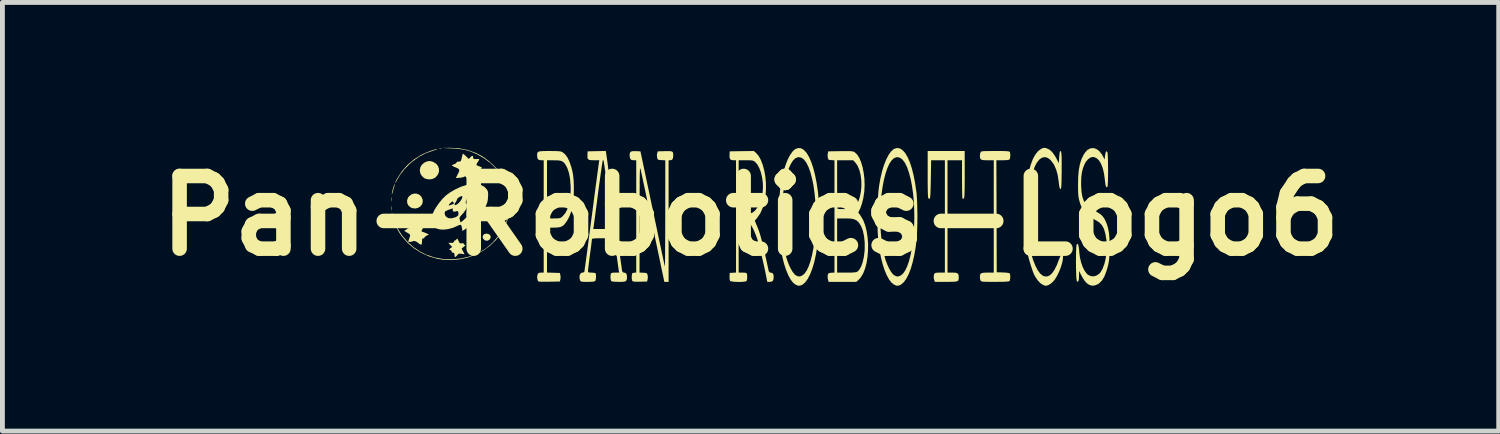
<source format=kicad_pcb>
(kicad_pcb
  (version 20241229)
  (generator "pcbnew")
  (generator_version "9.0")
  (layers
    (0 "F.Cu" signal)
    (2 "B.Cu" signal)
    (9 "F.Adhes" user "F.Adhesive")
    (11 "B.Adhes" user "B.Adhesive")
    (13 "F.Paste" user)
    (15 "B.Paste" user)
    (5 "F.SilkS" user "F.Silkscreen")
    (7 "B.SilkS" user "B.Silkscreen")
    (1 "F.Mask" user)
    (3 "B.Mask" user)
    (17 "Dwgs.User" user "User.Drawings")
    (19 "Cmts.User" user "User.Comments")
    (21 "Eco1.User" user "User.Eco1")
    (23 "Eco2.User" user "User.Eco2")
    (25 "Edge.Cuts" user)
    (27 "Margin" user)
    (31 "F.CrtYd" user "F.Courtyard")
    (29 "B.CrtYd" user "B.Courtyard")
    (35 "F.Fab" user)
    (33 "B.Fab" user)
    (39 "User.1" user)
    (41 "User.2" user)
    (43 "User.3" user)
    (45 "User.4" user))
  (footprint "Pan-Robotics-Logo6"
    (layer "F.Cu")
    (at 12.443 1.404)
    (property "Reference" "Pan-Robotics-Logo6" (at 0 0 0) (layer "F.SilkS") (effects (font (size 1.5 1.5) (thickness 0.3))))
    (attr board_only exclude_from_pos_files exclude_from_bom)
    (fp_poly (pts (xy -7.398 -0.058) (xy -7.396 -0.03) (xy -7.398 -0.024) (xy -7.403 -0.022) (xy -7.405 -0.041) (xy -7.403 -0.06)) (stroke (width 0) (type solid)) (fill yes) (layer "F.SilkS"))
    (fp_poly (pts (xy -4.97 -0.358) (xy -4.968 -0.33) (xy -4.97 -0.324) (xy -4.975 -0.322) (xy -4.977 -0.341) (xy -4.975 -0.36)) (stroke (width 0) (type solid)) (fill yes) (layer "F.SilkS"))
    (fp_poly (pts (xy -7.411 -0.379) (xy -7.409 -0.334) (xy -7.411 -0.304) (xy -7.414 -0.295) (xy -7.416 -0.311) (xy -7.417 -0.341) (xy -7.416 -0.375) (xy -7.414 -0.387)) (stroke (width 0) (type solid)) (fill yes) (layer "F.SilkS"))
    (fp_poly (pts (xy -6.38 -1.387) (xy -6.38 -1.382) (xy -6.401 -1.38) (xy -6.405 -1.38) (xy -6.426 -1.382) (xy -6.424 -1.387) (xy -6.421 -1.387) (xy -6.392 -1.389)) (stroke (width 0) (type solid)) (fill yes) (layer "F.SilkS"))
    (fp_poly (pts (xy -4.969 -0.215) (xy -4.967 -0.174) (xy -4.969 -0.146) (xy -4.973 -0.141) (xy -4.975 -0.159) (xy -4.975 -0.184) (xy -4.974 -0.215) (xy -4.972 -0.224)) (stroke (width 0) (type solid)) (fill yes) (layer "F.SilkS"))
    (fp_poly (pts (xy -7.411 -0.194) (xy -7.411 -0.194) (xy -7.409 -0.15) (xy -7.411 -0.112) (xy -7.414 -0.105) (xy -7.416 -0.121) (xy -7.417 -0.157) (xy -7.416 -0.192) (xy -7.414 -0.205)) (stroke (width 0) (type solid)) (fill yes) (layer "F.SilkS"))
    (fp_poly (pts (xy -5.405 0.378) (xy -5.374 0.403) (xy -5.363 0.437) (xy -5.375 0.474) (xy -5.388 0.491) (xy -5.427 0.515) (xy -5.47 0.512) (xy -5.487 0.504) (xy -5.52 0.473) (xy -5.531 0.437) (xy -5.521 0.402) (xy -5.493 0.377) (xy -5.451 0.368)) (stroke (width 0) (type solid)) (fill yes) (layer "F.SilkS"))
    (fp_poly (pts (xy -7.342 -0.644) (xy -7.346 -0.631) (xy -7.354 -0.606) (xy -7.366 -0.564) (xy -7.38 -0.513) (xy -7.38 -0.512) (xy -7.392 -0.47) (xy -7.402 -0.446) (xy -7.406 -0.443) (xy -7.406 -0.445) (xy -7.403 -0.471) (xy -7.394 -0.511) (xy -7.382 -0.556) (xy -7.368 -0.601) (xy -7.355 -0.636) (xy -7.346 -0.654) (xy -7.344 -0.655)) (stroke (width 0) (type solid)) (fill yes) (layer "F.SilkS"))
    (fp_poly (pts (xy -5.033 -0.629) (xy -5.021 -0.595) (xy -5.014 -0.571) (xy -4.999 -0.517) (xy -4.988 -0.464) (xy -4.981 -0.42) (xy -4.98 -0.391) (xy -4.984 -0.382) (xy -4.991 -0.394) (xy -4.993 -0.413) (xy -4.996 -0.441) (xy -5.006 -0.486) (xy -5.019 -0.538) (xy -5.019 -0.539) (xy -5.033 -0.591) (xy -5.039 -0.625) (xy -5.039 -0.638)) (stroke (width 0) (type solid)) (fill yes) (layer "F.SilkS"))
    (fp_poly (pts (xy -6.884 -0.455) (xy -6.833 -0.432) (xy -6.794 -0.392) (xy -6.77 -0.336) (xy -6.766 -0.297) (xy -6.778 -0.242) (xy -6.811 -0.197) (xy -6.858 -0.166) (xy -6.915 -0.151) (xy -6.975 -0.156) (xy -7.015 -0.171) (xy -7.061 -0.21) (xy -7.087 -0.261) (xy -7.09 -0.318) (xy -7.071 -0.374) (xy -7.049 -0.403) (xy -6.997 -0.443) (xy -6.94 -0.459)) (stroke (width 0) (type solid)) (fill yes) (layer "F.SilkS"))
    (fp_poly (pts (xy -6.57 -1.119) (xy -6.548 -1.11) (xy -6.489 -1.074) (xy -6.45 -1.024) (xy -6.431 -0.966) (xy -6.433 -0.904) (xy -6.457 -0.845) (xy -6.502 -0.794) (xy -6.519 -0.781) (xy -6.579 -0.756) (xy -6.647 -0.751) (xy -6.712 -0.766) (xy -6.735 -0.777) (xy -6.787 -0.823) (xy -6.818 -0.879) (xy -6.828 -0.941) (xy -6.816 -1.001) (xy -6.784 -1.056) (xy -6.731 -1.099) (xy -6.72 -1.104) (xy -6.666 -1.126) (xy -6.62 -1.13)) (stroke (width 0) (type solid)) (fill yes) (layer "F.SilkS"))
    (fp_poly (pts (xy -6.47 -1.373) (xy -6.491 -1.364) (xy -6.53 -1.352) (xy -6.54 -1.349) (xy -6.703 -1.291) (xy -6.85 -1.214) (xy -6.987 -1.114) (xy -7.057 -1.051) (xy -7.147 -0.958) (xy -7.22 -0.866) (xy -7.283 -0.764) (xy -7.293 -0.745) (xy -7.315 -0.706) (xy -7.332 -0.68) (xy -7.339 -0.674) (xy -7.339 -0.674) (xy -7.333 -0.691) (xy -7.317 -0.726) (xy -7.294 -0.77) (xy -7.29 -0.776) (xy -7.195 -0.922) (xy -7.079 -1.053) (xy -6.944 -1.166) (xy -6.807 -1.253) (xy -6.748 -1.282) (xy -6.681 -1.311) (xy -6.613 -1.338) (xy -6.551 -1.359) (xy -6.501 -1.373) (xy -6.47 -1.377)) (stroke (width 0) (type solid)) (fill yes) (layer "F.SilkS"))
    (fp_poly (pts (xy -6.026 -1.394) (xy -5.852 -1.361) (xy -5.686 -1.304) (xy -5.556 -1.239) (xy -5.483 -1.191) (xy -5.403 -1.129) (xy -5.323 -1.057) (xy -5.249 -0.983) (xy -5.19 -0.914) (xy -5.171 -0.887) (xy -5.139 -0.839) (xy -5.109 -0.787) (xy -5.082 -0.738) (xy -5.062 -0.696) (xy -5.051 -0.669) (xy -5.051 -0.66) (xy -5.059 -0.668) (xy -5.074 -0.694) (xy -5.083 -0.712) (xy -5.157 -0.847) (xy -5.255 -0.974) (xy -5.373 -1.09) (xy -5.505 -1.189) (xy -5.62 -1.255) (xy -5.719 -1.302) (xy -5.81 -1.336) (xy -5.902 -1.361) (xy -6.002 -1.377) (xy -6.118 -1.388) (xy -6.173 -1.391) (xy -6.364 -1.4) (xy -6.211 -1.403)) (stroke (width 0) (type solid)) (fill yes) (layer "F.SilkS"))
    (fp_poly (pts (xy -6.051 0.474) (xy -6.039 0.495) (xy -6.028 0.519) (xy -6.01 0.554) (xy -5.995 0.569) (xy -5.973 0.57) (xy -5.961 0.568) (xy -5.931 0.566) (xy -5.921 0.576) (xy -5.92 0.58) (xy -5.909 0.597) (xy -5.896 0.601) (xy -5.887 0.605) (xy -5.897 0.62) (xy -5.918 0.639) (xy -5.964 0.677) (xy -5.934 0.736) (xy -5.904 0.795) (xy -5.965 0.785) (xy -6.005 0.781) (xy -6.029 0.787) (xy -6.05 0.807) (xy -6.059 0.818) (xy -6.082 0.843) (xy -6.099 0.852) (xy -6.102 0.851) (xy -6.109 0.831) (xy -6.111 0.803) (xy -6.116 0.774) (xy -6.134 0.764) (xy -6.139 0.764) (xy -6.161 0.756) (xy -6.166 0.744) (xy -6.177 0.723) (xy -6.195 0.708) (xy -6.225 0.692) (xy -6.192 0.668) (xy -6.159 0.643) (xy -6.199 0.601) (xy -6.239 0.559) (xy -6.184 0.559) (xy -6.146 0.557) (xy -6.127 0.546) (xy -6.12 0.529) (xy -6.111 0.51) (xy -6.103 0.509) (xy -6.089 0.506) (xy -6.073 0.49) (xy -6.061 0.474)) (stroke (width 0) (type solid)) (fill yes) (layer "F.SilkS"))
    (fp_poly (pts (xy -4.98 -0.084) (xy -4.985 -0.038) (xy -4.999 0.025) (xy -5.022 0.097) (xy -5.049 0.172) (xy -5.069 0.216) (xy -5.153 0.367) (xy -5.257 0.502) (xy -5.38 0.62) (xy -5.519 0.72) (xy -5.67 0.801) (xy -5.832 0.861) (xy -6.001 0.899) (xy -6.176 0.915) (xy -6.354 0.906) (xy -6.466 0.888) (xy -6.639 0.838) (xy -6.801 0.764) (xy -6.951 0.669) (xy -7.085 0.555) (xy -7.2 0.422) (xy -7.241 0.364) (xy -7.275 0.307) (xy -7.309 0.241) (xy -7.341 0.174) (xy -7.368 0.11) (xy -7.386 0.057) (xy -7.393 0.02) (xy -7.393 0.017) (xy -7.389 0.018) (xy -7.379 0.041) (xy -7.363 0.08) (xy -7.354 0.106) (xy -7.286 0.26) (xy -7.195 0.404) (xy -7.083 0.535) (xy -6.954 0.65) (xy -6.81 0.745) (xy -6.685 0.806) (xy -6.52 0.861) (xy -6.347 0.892) (xy -6.169 0.899) (xy -5.992 0.883) (xy -5.819 0.844) (xy -5.657 0.783) (xy -5.63 0.77) (xy -5.536 0.719) (xy -5.457 0.667) (xy -5.382 0.606) (xy -5.312 0.54) (xy -5.196 0.406) (xy -5.104 0.261) (xy -5.036 0.103) (xy -5.002 -0.02) (xy -4.992 -0.062) (xy -4.984 -0.085) (xy -4.98 -0.087)) (stroke (width 0) (type solid)) (fill yes) (layer "F.SilkS"))
    (fp_poly (pts (xy 5.151 -1.337) (xy 5.225 -1.336) (xy 5.278 -1.334) (xy 5.314 -1.331) (xy 5.336 -1.327) (xy 5.348 -1.322) (xy 5.353 -1.315) (xy 5.36 -1.281) (xy 5.361 -1.237) (xy 5.357 -1.195) (xy 5.348 -1.166) (xy 5.345 -1.162) (xy 5.321 -1.153) (xy 5.274 -1.148) (xy 5.205 -1.146) (xy 5.201 -1.146) (xy 5.074 -1.146) (xy 5.078 0.01) (xy 5.081 1.166) (xy 5.21 1.17) (xy 5.279 1.174) (xy 5.327 1.181) (xy 5.349 1.19) (xy 5.35 1.191) (xy 5.358 1.218) (xy 5.361 1.259) (xy 5.358 1.302) (xy 5.351 1.336) (xy 5.345 1.348) (xy 5.329 1.354) (xy 5.293 1.358) (xy 5.237 1.362) (xy 5.157 1.363) (xy 5.052 1.364) (xy 5.045 1.364) (xy 4.95 1.364) (xy 4.879 1.363) (xy 4.827 1.362) (xy 4.792 1.359) (xy 4.77 1.355) (xy 4.757 1.349) (xy 4.75 1.341) (xy 4.748 1.338) (xy 4.737 1.305) (xy 4.734 1.269) (xy 4.736 1.228) (xy 4.746 1.2) (xy 4.767 1.184) (xy 4.806 1.176) (xy 4.865 1.173) (xy 4.891 1.173) (xy 5.02 1.173) (xy 5.02 0.014) (xy 5.02 -1.146) (xy 4.891 -1.146) (xy 4.823 -1.147) (xy 4.778 -1.153) (xy 4.751 -1.166) (xy 4.738 -1.19) (xy 4.734 -1.226) (xy 4.734 -1.241) (xy 4.738 -1.281) (xy 4.748 -1.31) (xy 4.754 -1.319) (xy 4.764 -1.326) (xy 4.782 -1.33) (xy 4.811 -1.334) (xy 4.855 -1.336) (xy 4.917 -1.336) (xy 5.001 -1.337) (xy 5.053 -1.337)) (stroke (width 0) (type solid)) (fill yes) (layer "F.SilkS"))
    (fp_poly (pts (xy -6.959 0.103) (xy -6.933 0.133) (xy -6.93 0.137) (xy -6.899 0.17) (xy -6.88 0.185) (xy -6.865 0.185) (xy -6.856 0.179) (xy -6.839 0.168) (xy -6.834 0.177) (xy -6.825 0.187) (xy -6.794 0.186) (xy -6.78 0.184) (xy -6.746 0.18) (xy -6.727 0.18) (xy -6.725 0.182) (xy -6.731 0.196) (xy -6.747 0.226) (xy -6.759 0.248) (xy -6.782 0.291) (xy -6.792 0.315) (xy -6.788 0.326) (xy -6.781 0.327) (xy -6.763 0.333) (xy -6.729 0.346) (xy -6.704 0.356) (xy -6.638 0.386) (xy -6.69 0.412) (xy -6.722 0.434) (xy -6.735 0.453) (xy -6.734 0.456) (xy -6.737 0.469) (xy -6.753 0.467) (xy -6.771 0.467) (xy -6.778 0.481) (xy -6.781 0.513) (xy -6.784 0.565) (xy -6.792 0.592) (xy -6.809 0.596) (xy -6.838 0.579) (xy -6.855 0.565) (xy -6.901 0.533) (xy -6.942 0.519) (xy -6.971 0.524) (xy -6.975 0.527) (xy -6.993 0.534) (xy -7.022 0.539) (xy -7.05 0.539) (xy -7.066 0.535) (xy -7.066 0.534) (xy -7.062 0.517) (xy -7.051 0.484) (xy -7.043 0.459) (xy -7.03 0.423) (xy -7.027 0.4) (xy -7.037 0.382) (xy -7.063 0.363) (xy -7.108 0.337) (xy -7.109 0.336) (xy -7.138 0.319) (xy -7.145 0.309) (xy -7.133 0.3) (xy -7.124 0.296) (xy -7.101 0.282) (xy -7.093 0.272) (xy -7.082 0.263) (xy -7.054 0.255) (xy -7.028 0.246) (xy -7.014 0.227) (xy -7.005 0.19) (xy -7.005 0.188) (xy -6.996 0.132) (xy -6.987 0.101) (xy -6.976 0.092)) (stroke (width 0) (type solid)) (fill yes) (layer "F.SilkS"))
    (fp_poly (pts (xy 4.42 -0.854) (xy 4.42 -0.723) (xy 4.419 -0.616) (xy 4.418 -0.531) (xy 4.416 -0.467) (xy 4.414 -0.419) (xy 4.411 -0.387) (xy 4.407 -0.367) (xy 4.402 -0.357) (xy 4.401 -0.356) (xy 4.383 -0.348) (xy 4.374 -0.362) (xy 4.371 -0.381) (xy 4.369 -0.424) (xy 4.368 -0.486) (xy 4.366 -0.564) (xy 4.366 -0.655) (xy 4.365 -0.755) (xy 4.365 -0.765) (xy 4.365 -1.146) (xy 4.215 -1.146) (xy 4.065 -1.146) (xy 4.065 0.014) (xy 4.065 1.173) (xy 4.167 1.173) (xy 4.228 1.175) (xy 4.266 1.185) (xy 4.287 1.205) (xy 4.296 1.239) (xy 4.297 1.269) (xy 4.296 1.302) (xy 4.292 1.326) (xy 4.279 1.343) (xy 4.256 1.354) (xy 4.218 1.36) (xy 4.162 1.363) (xy 4.084 1.364) (xy 4.037 1.364) (xy 3.805 1.364) (xy 3.792 1.329) (xy 3.779 1.27) (xy 3.786 1.215) (xy 3.793 1.2) (xy 3.804 1.186) (xy 3.824 1.178) (xy 3.859 1.174) (xy 3.909 1.173) (xy 4.011 1.173) (xy 4.011 0.014) (xy 4.011 -1.146) (xy 3.869 -1.146) (xy 3.727 -1.146) (xy 3.721 -0.767) (xy 3.719 -0.667) (xy 3.717 -0.576) (xy 3.714 -0.496) (xy 3.711 -0.431) (xy 3.708 -0.387) (xy 3.705 -0.365) (xy 3.705 -0.365) (xy 3.691 -0.349) (xy 3.675 -0.356) (xy 3.67 -0.365) (xy 3.665 -0.383) (xy 3.662 -0.413) (xy 3.66 -0.458) (xy 3.658 -0.519) (xy 3.657 -0.601) (xy 3.656 -0.704) (xy 3.656 -0.831) (xy 3.656 -0.854) (xy 3.656 -1.337) (xy 4.038 -1.337) (xy 4.42 -1.337)) (stroke (width 0) (type solid)) (fill yes) (layer "F.SilkS"))
    (fp_poly (pts (xy -5.923 -1.273) (xy -5.897 -1.251) (xy -5.872 -1.227) (xy -5.816 -1.173) (xy -5.784 -1.207) (xy -5.755 -1.234) (xy -5.738 -1.238) (xy -5.729 -1.22) (xy -5.727 -1.204) (xy -5.722 -1.182) (xy -5.711 -1.172) (xy -5.684 -1.17) (xy -5.656 -1.171) (xy -5.619 -1.173) (xy -5.602 -1.169) (xy -5.603 -1.154) (xy -5.622 -1.123) (xy -5.636 -1.103) (xy -5.656 -1.069) (xy -5.656 -1.048) (xy -5.634 -1.033) (xy -5.606 -1.023) (xy -5.57 -1.009) (xy -5.547 -0.997) (xy -5.544 -0.994) (xy -5.551 -0.982) (xy -5.576 -0.964) (xy -5.593 -0.955) (xy -5.648 -0.927) (xy -5.627 -0.886) (xy -5.605 -0.845) (xy -5.644 -0.853) (xy -5.677 -0.861) (xy -5.698 -0.866) (xy -5.711 -0.865) (xy -5.721 -0.85) (xy -5.73 -0.815) (xy -5.737 -0.772) (xy -5.745 -0.735) (xy -5.756 -0.713) (xy -5.762 -0.709) (xy -5.779 -0.718) (xy -5.808 -0.742) (xy -5.834 -0.766) (xy -5.868 -0.798) (xy -5.889 -0.812) (xy -5.905 -0.811) (xy -5.912 -0.806) (xy -5.938 -0.795) (xy -5.979 -0.787) (xy -6.009 -0.784) (xy -6.084 -0.779) (xy -6.041 -0.863) (xy -6.019 -0.909) (xy -6.011 -0.939) (xy -6.02 -0.961) (xy -6.047 -0.98) (xy -6.097 -1.002) (xy -6.106 -1.005) (xy -6.141 -1.022) (xy -6.163 -1.035) (xy -6.166 -1.039) (xy -6.154 -1.049) (xy -6.126 -1.061) (xy -6.118 -1.064) (xy -6.087 -1.079) (xy -6.071 -1.096) (xy -6.07 -1.099) (xy -6.058 -1.114) (xy -6.024 -1.119) (xy -5.999 -1.12) (xy -5.984 -1.128) (xy -5.973 -1.149) (xy -5.964 -1.189) (xy -5.961 -1.2) (xy -5.951 -1.243) (xy -5.942 -1.273) (xy -5.936 -1.282)) (stroke (width 0) (type solid)) (fill yes) (layer "F.SilkS"))
    (fp_poly (pts (xy -4.064 -1.336) (xy -4 -1.335) (xy -3.955 -1.332) (xy -3.923 -1.328) (xy -3.9 -1.321) (xy -3.88 -1.311) (xy -3.879 -1.311) (xy -3.825 -1.265) (xy -3.777 -1.199) (xy -3.735 -1.109) (xy -3.697 -0.995) (xy -3.675 -0.907) (xy -3.661 -0.826) (xy -3.652 -0.725) (xy -3.648 -0.612) (xy -3.648 -0.495) (xy -3.653 -0.381) (xy -3.662 -0.277) (xy -3.676 -0.19) (xy -3.68 -0.172) (xy -3.708 -0.074) (xy -3.736 0.004) (xy -3.77 0.073) (xy -3.806 0.13) (xy -3.844 0.179) (xy -3.881 0.212) (xy -3.925 0.232) (xy -3.981 0.242) (xy -4.058 0.245) (xy -4.069 0.245) (xy -4.202 0.246) (xy -4.202 0.709) (xy -4.202 1.172) (xy -4.069 1.176) (xy -3.937 1.18) (xy -3.926 1.224) (xy -3.921 1.271) (xy -3.926 1.313) (xy -3.937 1.357) (xy -4.157 1.361) (xy -4.24 1.362) (xy -4.299 1.362) (xy -4.339 1.361) (xy -4.365 1.358) (xy -4.38 1.352) (xy -4.389 1.344) (xy -4.392 1.338) (xy -4.404 1.294) (xy -4.404 1.243) (xy -4.392 1.2) (xy -4.372 1.18) (xy -4.335 1.173) (xy -4.324 1.173) (xy -4.27 1.173) (xy -4.27 0.014) (xy -4.27 -1.146) (xy -4.202 -1.146) (xy -4.202 -0.546) (xy -4.202 0.055) (xy -4.066 0.055) (xy -4.003 0.054) (xy -3.961 0.052) (xy -3.933 0.046) (xy -3.911 0.036) (xy -3.889 0.019) (xy -3.881 0.012) (xy -3.824 -0.055) (xy -3.778 -0.145) (xy -3.743 -0.256) (xy -3.721 -0.385) (xy -3.713 -0.529) (xy -3.714 -0.613) (xy -3.725 -0.759) (xy -3.749 -0.884) (xy -3.783 -0.987) (xy -3.826 -1.064) (xy -3.854 -1.098) (xy -3.883 -1.121) (xy -3.919 -1.135) (xy -3.968 -1.143) (xy -4.036 -1.145) (xy -4.062 -1.145) (xy -4.202 -1.146) (xy -4.27 -1.146) (xy -4.324 -1.146) (xy -4.368 -1.153) (xy -4.395 -1.177) (xy -4.405 -1.221) (xy -4.406 -1.241) (xy -4.405 -1.275) (xy -4.401 -1.299) (xy -4.388 -1.316) (xy -4.365 -1.327) (xy -4.326 -1.333) (xy -4.269 -1.336) (xy -4.19 -1.337) (xy -4.15 -1.337)) (stroke (width 0) (type solid)) (fill yes) (layer "F.SilkS"))
    (fp_poly (pts (xy 1.049 -1.391) (xy 1.104 -1.356) (xy 1.157 -1.298) (xy 1.206 -1.216) (xy 1.252 -1.112) (xy 1.294 -0.986) (xy 1.331 -0.841) (xy 1.364 -0.675) (xy 1.391 -0.492) (xy 1.393 -0.471) (xy 1.399 -0.408) (xy 1.404 -0.324) (xy 1.407 -0.224) (xy 1.41 -0.115) (xy 1.411 -0.001) (xy 1.411 0.02) (xy 1.41 0.178) (xy 1.406 0.315) (xy 1.399 0.437) (xy 1.388 0.552) (xy 1.372 0.665) (xy 1.352 0.782) (xy 1.348 0.804) (xy 1.315 0.955) (xy 1.275 1.09) (xy 1.23 1.206) (xy 1.181 1.301) (xy 1.129 1.373) (xy 1.074 1.42) (xy 1.063 1.426) (xy 1.018 1.443) (xy 0.977 1.442) (xy 0.929 1.421) (xy 0.928 1.421) (xy 0.876 1.38) (xy 0.826 1.314) (xy 0.778 1.226) (xy 0.733 1.118) (xy 0.692 0.993) (xy 0.657 0.854) (xy 0.628 0.702) (xy 0.621 0.658) (xy 0.604 0.514) (xy 0.592 0.35) (xy 0.586 0.174) (xy 0.584 0.022) (xy 0.644 0.022) (xy 0.647 0.188) (xy 0.656 0.354) (xy 0.673 0.515) (xy 0.696 0.672) (xy 0.728 0.82) (xy 0.73 0.829) (xy 0.757 0.921) (xy 0.79 1.009) (xy 0.828 1.089) (xy 0.867 1.156) (xy 0.905 1.205) (xy 0.926 1.224) (xy 0.974 1.249) (xy 1.015 1.253) (xy 1.062 1.236) (xy 1.063 1.235) (xy 1.113 1.195) (xy 1.158 1.131) (xy 1.199 1.045) (xy 1.236 0.94) (xy 1.268 0.817) (xy 1.295 0.681) (xy 1.317 0.532) (xy 1.333 0.375) (xy 1.344 0.21) (xy 1.348 0.042) (xy 1.346 -0.128) (xy 1.337 -0.297) (xy 1.321 -0.463) (xy 1.299 -0.623) (xy 1.275 -0.743) (xy 1.239 -0.885) (xy 1.198 -1.002) (xy 1.153 -1.093) (xy 1.105 -1.158) (xy 1.052 -1.198) (xy 0.997 -1.21) (xy 0.975 -1.208) (xy 0.922 -1.185) (xy 0.874 -1.137) (xy 0.829 -1.066) (xy 0.788 -0.976) (xy 0.752 -0.868) (xy 0.721 -0.744) (xy 0.694 -0.608) (xy 0.673 -0.46) (xy 0.657 -0.305) (xy 0.647 -0.143) (xy 0.644 0.022) (xy 0.584 0.022) (xy 0.584 -0.008) (xy 0.587 -0.189) (xy 0.595 -0.361) (xy 0.608 -0.519) (xy 0.621 -0.621) (xy 0.649 -0.776) (xy 0.683 -0.92) (xy 0.723 -1.049) (xy 0.767 -1.162) (xy 0.816 -1.255) (xy 0.867 -1.327) (xy 0.919 -1.374) (xy 0.933 -1.382) (xy 0.991 -1.399)) (stroke (width 0) (type solid)) (fill yes) (layer "F.SilkS"))
    (fp_poly (pts (xy 3.081 -1.391) (xy 3.136 -1.356) (xy 3.189 -1.298) (xy 3.239 -1.216) (xy 3.285 -1.112) (xy 3.327 -0.986) (xy 3.364 -0.841) (xy 3.396 -0.675) (xy 3.423 -0.492) (xy 3.426 -0.471) (xy 3.431 -0.408) (xy 3.436 -0.324) (xy 3.44 -0.224) (xy 3.442 -0.115) (xy 3.444 -0.001) (xy 3.444 0.02) (xy 3.442 0.178) (xy 3.438 0.315) (xy 3.431 0.437) (xy 3.42 0.552) (xy 3.405 0.665) (xy 3.385 0.782) (xy 3.381 0.804) (xy 3.347 0.955) (xy 3.308 1.09) (xy 3.263 1.206) (xy 3.214 1.301) (xy 3.161 1.373) (xy 3.106 1.42) (xy 3.096 1.426) (xy 3.051 1.443) (xy 3.01 1.442) (xy 2.962 1.421) (xy 2.96 1.421) (xy 2.909 1.38) (xy 2.858 1.314) (xy 2.81 1.226) (xy 2.765 1.118) (xy 2.725 0.993) (xy 2.69 0.854) (xy 2.661 0.702) (xy 2.654 0.658) (xy 2.637 0.514) (xy 2.625 0.35) (xy 2.618 0.174) (xy 2.617 0.022) (xy 2.676 0.022) (xy 2.679 0.188) (xy 2.689 0.354) (xy 2.705 0.515) (xy 2.729 0.672) (xy 2.76 0.82) (xy 2.763 0.829) (xy 2.789 0.921) (xy 2.823 1.009) (xy 2.86 1.089) (xy 2.899 1.156) (xy 2.937 1.205) (xy 2.959 1.224) (xy 3.006 1.249) (xy 3.048 1.253) (xy 3.094 1.236) (xy 3.096 1.235) (xy 3.145 1.195) (xy 3.191 1.131) (xy 3.232 1.045) (xy 3.269 0.94) (xy 3.301 0.817) (xy 3.328 0.681) (xy 3.35 0.532) (xy 3.366 0.375) (xy 3.376 0.21) (xy 3.381 0.042) (xy 3.378 -0.128) (xy 3.37 -0.297) (xy 3.354 -0.463) (xy 3.331 -0.623) (xy 3.308 -0.743) (xy 3.271 -0.885) (xy 3.231 -1.002) (xy 3.186 -1.093) (xy 3.137 -1.158) (xy 3.085 -1.198) (xy 3.029 -1.21) (xy 3.007 -1.208) (xy 2.955 -1.185) (xy 2.906 -1.137) (xy 2.861 -1.066) (xy 2.821 -0.976) (xy 2.785 -0.868) (xy 2.753 -0.744) (xy 2.727 -0.608) (xy 2.705 -0.46) (xy 2.69 -0.305) (xy 2.68 -0.143) (xy 2.676 0.022) (xy 2.617 0.022) (xy 2.616 -0.008) (xy 2.619 -0.189) (xy 2.628 -0.361) (xy 2.641 -0.519) (xy 2.654 -0.621) (xy 2.681 -0.776) (xy 2.715 -0.92) (xy 2.755 -1.049) (xy 2.8 -1.162) (xy 2.848 -1.255) (xy 2.899 -1.327) (xy 2.952 -1.374) (xy 2.965 -1.382) (xy 3.024 -1.399)) (stroke (width 0) (type solid)) (fill yes) (layer "F.SilkS"))
    (fp_poly (pts (xy -1.649 -1.333) (xy -1.619 -1.325) (xy -1.604 -1.309) (xy -1.597 -1.282) (xy -1.596 -1.242) (xy -1.596 -1.241) (xy -1.602 -1.188) (xy -1.619 -1.158) (xy -1.651 -1.146) (xy -1.66 -1.146) (xy -1.692 -1.146) (xy -1.692 0.109) (xy -1.692 1.364) (xy -1.736 1.364) (xy -1.78 1.364) (xy -2.011 0.263) (xy -2.047 0.091) (xy -2.082 -0.076) (xy -2.116 -0.234) (xy -2.147 -0.382) (xy -2.175 -0.517) (xy -2.201 -0.638) (xy -2.223 -0.742) (xy -2.241 -0.827) (xy -2.255 -0.891) (xy -2.264 -0.931) (xy -2.266 -0.941) (xy -2.27 -0.959) (xy -2.274 -0.972) (xy -2.277 -0.978) (xy -2.28 -0.977) (xy -2.282 -0.966) (xy -2.284 -0.944) (xy -2.285 -0.909) (xy -2.287 -0.86) (xy -2.288 -0.795) (xy -2.289 -0.712) (xy -2.289 -0.611) (xy -2.29 -0.489) (xy -2.29 -0.344) (xy -2.29 -0.176) (xy -2.29 0.017) (xy -2.29 0.064) (xy -2.292 1.172) (xy -2.214 1.176) (xy -2.17 1.179) (xy -2.145 1.186) (xy -2.133 1.2) (xy -2.125 1.224) (xy -2.12 1.271) (xy -2.125 1.313) (xy -2.137 1.357) (xy -2.28 1.361) (xy -2.349 1.362) (xy -2.395 1.36) (xy -2.424 1.355) (xy -2.439 1.347) (xy -2.44 1.345) (xy -2.45 1.319) (xy -2.453 1.275) (xy -2.453 1.253) (xy -2.449 1.211) (xy -2.443 1.188) (xy -2.428 1.179) (xy -2.404 1.176) (xy -2.36 1.171) (xy -2.36 0.013) (xy -2.36 -1.146) (xy -2.414 -1.146) (xy -2.457 -1.152) (xy -2.482 -1.173) (xy -2.494 -1.214) (xy -2.496 -1.252) (xy -2.492 -1.293) (xy -2.478 -1.319) (xy -2.448 -1.332) (xy -2.397 -1.335) (xy -2.365 -1.334) (xy -2.273 -1.33) (xy -2.024 -0.15) (xy -1.987 0.025) (xy -1.951 0.194) (xy -1.918 0.352) (xy -1.887 0.5) (xy -1.858 0.634) (xy -1.833 0.753) (xy -1.811 0.854) (xy -1.794 0.937) (xy -1.78 0.998) (xy -1.772 1.037) (xy -1.769 1.05) (xy -1.768 1.04) (xy -1.767 1.005) (xy -1.766 0.946) (xy -1.765 0.866) (xy -1.764 0.767) (xy -1.764 0.65) (xy -1.763 0.518) (xy -1.762 0.372) (xy -1.762 0.215) (xy -1.761 0.048) (xy -1.761 -0.037) (xy -1.76 -1.145) (xy -1.838 -1.149) (xy -1.882 -1.152) (xy -1.907 -1.158) (xy -1.92 -1.172) (xy -1.928 -1.197) (xy -1.934 -1.256) (xy -1.928 -1.286) (xy -1.916 -1.33) (xy -1.767 -1.334) (xy -1.697 -1.335)) (stroke (width 0) (type solid)) (fill yes) (layer "F.SilkS"))
    (fp_poly (pts (xy 0.116 -1.294) (xy 0.168 -1.234) (xy 0.213 -1.151) (xy 0.252 -1.049) (xy 0.283 -0.934) (xy 0.305 -0.809) (xy 0.317 -0.678) (xy 0.318 -0.545) (xy 0.313 -0.471) (xy 0.29 -0.31) (xy 0.253 -0.17) (xy 0.201 -0.051) (xy 0.134 0.046) (xy 0.133 0.047) (xy 0.087 0.101) (xy 0.132 0.209) (xy 0.159 0.276) (xy 0.184 0.347) (xy 0.208 0.426) (xy 0.233 0.518) (xy 0.26 0.626) (xy 0.29 0.755) (xy 0.307 0.832) (xy 0.326 0.918) (xy 0.343 0.996) (xy 0.357 1.061) (xy 0.368 1.111) (xy 0.374 1.139) (xy 0.375 1.142) (xy 0.392 1.168) (xy 0.414 1.173) (xy 0.451 1.182) (xy 0.471 1.211) (xy 0.477 1.259) (xy 0.472 1.314) (xy 0.456 1.347) (xy 0.424 1.362) (xy 0.397 1.364) (xy 0.345 1.364) (xy 0.328 1.279) (xy 0.308 1.176) (xy 0.284 1.064) (xy 0.258 0.948) (xy 0.231 0.834) (xy 0.205 0.725) (xy 0.181 0.628) (xy 0.159 0.548) (xy 0.142 0.491) (xy 0.117 0.419) (xy 0.087 0.345) (xy 0.058 0.28) (xy 0.043 0.252) (xy -0.009 0.157) (xy -0.127 0.153) (xy -0.246 0.149) (xy -0.246 0.661) (xy -0.246 1.173) (xy -0.165 1.173) (xy -0.116 1.175) (xy -0.088 1.182) (xy -0.076 1.195) (xy -0.07 1.229) (xy -0.069 1.273) (xy -0.073 1.315) (xy -0.082 1.344) (xy -0.085 1.348) (xy -0.106 1.356) (xy -0.148 1.362) (xy -0.203 1.365) (xy -0.263 1.365) (xy -0.322 1.363) (xy -0.373 1.358) (xy -0.409 1.351) (xy -0.422 1.345) (xy -0.431 1.319) (xy -0.434 1.277) (xy -0.434 1.253) (xy -0.43 1.18) (xy -0.365 1.176) (xy -0.3 1.172) (xy -0.3 0.013) (xy -0.3 -1.146) (xy -0.246 -1.146) (xy -0.246 -0.593) (xy -0.246 -0.041) (xy -0.126 -0.041) (xy -0.057 -0.043) (xy -0.007 -0.049) (xy 0.03 -0.061) (xy 0.041 -0.066) (xy 0.094 -0.109) (xy 0.144 -0.174) (xy 0.187 -0.257) (xy 0.222 -0.355) (xy 0.246 -0.463) (xy 0.247 -0.468) (xy 0.256 -0.573) (xy 0.253 -0.683) (xy 0.238 -0.792) (xy 0.214 -0.894) (xy 0.18 -0.985) (xy 0.139 -1.06) (xy 0.095 -1.11) (xy 0.075 -1.126) (xy 0.054 -1.136) (xy 0.027 -1.142) (xy -0.012 -1.145) (xy -0.07 -1.146) (xy -0.097 -1.146) (xy -0.246 -1.146) (xy -0.3 -1.146) (xy -0.353 -1.146) (xy -0.396 -1.151) (xy -0.422 -1.169) (xy -0.434 -1.206) (xy -0.434 -1.257) (xy -0.43 -1.33) (xy -0.182 -1.334) (xy 0.067 -1.337)) (stroke (width 0) (type solid)) (fill yes) (layer "F.SilkS"))
    (fp_poly (pts (xy 2.06 -1.334) (xy 2.094 -1.331) (xy 2.117 -1.326) (xy 2.136 -1.319) (xy 2.153 -1.308) (xy 2.156 -1.306) (xy 2.203 -1.26) (xy 2.246 -1.191) (xy 2.283 -1.103) (xy 2.313 -1) (xy 2.335 -0.886) (xy 2.35 -0.765) (xy 2.354 -0.64) (xy 2.349 -0.517) (xy 2.347 -0.496) (xy 2.328 -0.368) (xy 2.299 -0.251) (xy 2.264 -0.151) (xy 2.249 -0.12) (xy 2.223 -0.069) (xy 2.273 0.001) (xy 2.325 0.09) (xy 2.366 0.197) (xy 2.396 0.317) (xy 2.416 0.446) (xy 2.426 0.581) (xy 2.425 0.716) (xy 2.414 0.85) (xy 2.394 0.976) (xy 2.363 1.092) (xy 2.323 1.193) (xy 2.273 1.275) (xy 2.231 1.321) (xy 2.182 1.364) (xy 1.896 1.364) (xy 1.611 1.364) (xy 1.597 1.313) (xy 1.59 1.266) (xy 1.593 1.222) (xy 1.594 1.221) (xy 1.603 1.195) (xy 1.62 1.183) (xy 1.652 1.177) (xy 1.669 1.176) (xy 1.732 1.172) (xy 1.732 0.055) (xy 1.787 0.055) (xy 1.787 0.614) (xy 1.787 1.173) (xy 1.982 1.173) (xy 2.064 1.173) (xy 2.123 1.17) (xy 2.164 1.166) (xy 2.191 1.16) (xy 2.207 1.152) (xy 2.248 1.109) (xy 2.284 1.043) (xy 2.314 0.958) (xy 2.337 0.857) (xy 2.352 0.744) (xy 2.356 0.689) (xy 2.356 0.551) (xy 2.343 0.424) (xy 2.319 0.311) (xy 2.283 0.217) (xy 2.237 0.143) (xy 2.226 0.131) (xy 2.192 0.1) (xy 2.155 0.079) (xy 2.109 0.065) (xy 2.049 0.057) (xy 1.969 0.055) (xy 1.944 0.055) (xy 1.787 0.055) (xy 1.732 0.055) (xy 1.732 0.014) (xy 1.732 -1.144) (xy 1.709 -1.146) (xy 1.787 -1.146) (xy 1.787 -0.65) (xy 1.787 -0.536) (xy 1.788 -0.431) (xy 1.789 -0.338) (xy 1.791 -0.26) (xy 1.793 -0.199) (xy 1.795 -0.16) (xy 1.797 -0.144) (xy 1.814 -0.141) (xy 1.853 -0.138) (xy 1.906 -0.138) (xy 1.951 -0.139) (xy 2.019 -0.142) (xy 2.067 -0.147) (xy 2.1 -0.154) (xy 2.123 -0.166) (xy 2.13 -0.171) (xy 2.184 -0.225) (xy 2.226 -0.3) (xy 2.253 -0.379) (xy 2.277 -0.494) (xy 2.288 -0.613) (xy 2.286 -0.732) (xy 2.271 -0.845) (xy 2.245 -0.947) (xy 2.208 -1.034) (xy 2.163 -1.098) (xy 2.118 -1.146) (xy 1.952 -1.146) (xy 1.787 -1.146) (xy 1.709 -1.146) (xy 1.668 -1.149) (xy 1.629 -1.152) (xy 1.608 -1.162) (xy 1.598 -1.182) (xy 1.594 -1.202) (xy 1.59 -1.247) (xy 1.594 -1.289) (xy 1.594 -1.29) (xy 1.605 -1.33) (xy 1.857 -1.334) (xy 1.946 -1.335) (xy 2.012 -1.335)) (stroke (width 0) (type solid)) (fill yes) (layer "F.SilkS"))
    (fp_poly (pts (xy 6.094 -1.398) (xy 6.113 -1.392) (xy 6.171 -1.365) (xy 6.226 -1.316) (xy 6.278 -1.244) (xy 6.313 -1.182) (xy 6.364 -1.084) (xy 6.37 -1.203) (xy 6.375 -1.257) (xy 6.38 -1.301) (xy 6.386 -1.328) (xy 6.388 -1.332) (xy 6.399 -1.337) (xy 6.407 -1.329) (xy 6.413 -1.305) (xy 6.418 -1.263) (xy 6.421 -1.202) (xy 6.422 -1.119) (xy 6.422 -1.012) (xy 6.422 -0.928) (xy 6.42 -0.815) (xy 6.419 -0.727) (xy 6.417 -0.661) (xy 6.415 -0.613) (xy 6.412 -0.581) (xy 6.407 -0.563) (xy 6.402 -0.554) (xy 6.398 -0.552) (xy 6.388 -0.559) (xy 6.379 -0.58) (xy 6.371 -0.619) (xy 6.363 -0.681) (xy 6.361 -0.7) (xy 6.341 -0.835) (xy 6.31 -0.948) (xy 6.269 -1.043) (xy 6.244 -1.084) (xy 6.189 -1.154) (xy 6.132 -1.196) (xy 6.074 -1.211) (xy 6.017 -1.2) (xy 5.961 -1.161) (xy 5.909 -1.097) (xy 5.87 -1.023) (xy 5.832 -0.924) (xy 5.797 -0.799) (xy 5.768 -0.667) (xy 5.759 -0.625) (xy 5.753 -0.587) (xy 5.748 -0.548) (xy 5.744 -0.505) (xy 5.741 -0.455) (xy 5.739 -0.395) (xy 5.737 -0.321) (xy 5.737 -0.229) (xy 5.736 -0.116) (xy 5.736 0.007) (xy 5.736 0.145) (xy 5.737 0.259) (xy 5.738 0.352) (xy 5.74 0.427) (xy 5.742 0.488) (xy 5.745 0.538) (xy 5.75 0.579) (xy 5.755 0.616) (xy 5.761 0.646) (xy 5.795 0.792) (xy 5.835 0.92) (xy 5.879 1.031) (xy 5.926 1.122) (xy 5.976 1.19) (xy 6.028 1.234) (xy 6.065 1.25) (xy 6.12 1.253) (xy 6.173 1.232) (xy 6.223 1.187) (xy 6.272 1.117) (xy 6.32 1.022) (xy 6.364 0.908) (xy 6.391 0.841) (xy 6.413 0.8) (xy 6.43 0.785) (xy 6.442 0.797) (xy 6.449 0.836) (xy 6.45 0.844) (xy 6.446 0.906) (xy 6.429 0.983) (xy 6.402 1.069) (xy 6.367 1.157) (xy 6.327 1.24) (xy 6.284 1.31) (xy 6.253 1.35) (xy 6.205 1.395) (xy 6.154 1.428) (xy 6.108 1.444) (xy 6.095 1.445) (xy 6.071 1.44) (xy 6.037 1.427) (xy 6.036 1.427) (xy 5.982 1.391) (xy 5.928 1.334) (xy 5.879 1.262) (xy 5.853 1.214) (xy 5.827 1.15) (xy 5.798 1.066) (xy 5.768 0.969) (xy 5.739 0.867) (xy 5.714 0.766) (xy 5.694 0.674) (xy 5.694 0.673) (xy 5.686 0.613) (xy 5.678 0.53) (xy 5.672 0.428) (xy 5.668 0.313) (xy 5.664 0.188) (xy 5.663 0.059) (xy 5.662 -0.071) (xy 5.663 -0.197) (xy 5.666 -0.314) (xy 5.671 -0.418) (xy 5.677 -0.505) (xy 5.68 -0.535) (xy 5.707 -0.73) (xy 5.741 -0.901) (xy 5.781 -1.047) (xy 5.827 -1.17) (xy 5.88 -1.267) (xy 5.938 -1.338) (xy 5.994 -1.378) (xy 6.032 -1.397) (xy 6.061 -1.403)) (stroke (width 0) (type solid)) (fill yes) (layer "F.SilkS"))
    (fp_poly (pts (xy 7.134 -1.381) (xy 7.193 -1.34) (xy 7.246 -1.275) (xy 7.273 -1.229) (xy 7.308 -1.161) (xy 7.317 -1.241) (xy 7.327 -1.298) (xy 7.338 -1.327) (xy 7.352 -1.329) (xy 7.366 -1.311) (xy 7.37 -1.289) (xy 7.373 -1.246) (xy 7.376 -1.184) (xy 7.378 -1.109) (xy 7.379 -1.026) (xy 7.38 -0.939) (xy 7.379 -0.853) (xy 7.378 -0.773) (xy 7.376 -0.703) (xy 7.373 -0.647) (xy 7.37 -0.611) (xy 7.367 -0.6) (xy 7.352 -0.587) (xy 7.339 -0.598) (xy 7.327 -0.635) (xy 7.318 -0.699) (xy 7.312 -0.753) (xy 7.295 -0.879) (xy 7.268 -0.988) (xy 7.233 -1.077) (xy 7.19 -1.146) (xy 7.139 -1.191) (xy 7.083 -1.213) (xy 7.065 -1.214) (xy 7.014 -1.201) (xy 6.964 -1.165) (xy 6.918 -1.11) (xy 6.899 -1.075) (xy 6.864 -0.99) (xy 6.84 -0.9) (xy 6.827 -0.799) (xy 6.823 -0.679) (xy 6.824 -0.614) (xy 6.832 -0.491) (xy 6.849 -0.391) (xy 6.877 -0.31) (xy 6.917 -0.243) (xy 6.972 -0.187) (xy 7.044 -0.137) (xy 7.083 -0.115) (xy 7.163 -0.071) (xy 7.223 -0.031) (xy 7.267 0.01) (xy 7.301 0.057) (xy 7.324 0.1) (xy 7.356 0.177) (xy 7.38 0.259) (xy 7.397 0.349) (xy 7.407 0.454) (xy 7.411 0.579) (xy 7.412 0.634) (xy 7.411 0.749) (xy 7.406 0.844) (xy 7.398 0.927) (xy 7.384 1.004) (xy 7.364 1.082) (xy 7.344 1.147) (xy 7.302 1.257) (xy 7.25 1.341) (xy 7.19 1.399) (xy 7.162 1.415) (xy 7.102 1.439) (xy 7.049 1.443) (xy 6.996 1.428) (xy 6.986 1.423) (xy 6.937 1.389) (xy 6.89 1.335) (xy 6.843 1.259) (xy 6.825 1.225) (xy 6.781 1.139) (xy 6.78 1.235) (xy 6.777 1.304) (xy 6.768 1.346) (xy 6.754 1.362) (xy 6.736 1.353) (xy 6.731 1.334) (xy 6.726 1.293) (xy 6.722 1.233) (xy 6.72 1.159) (xy 6.718 1.075) (xy 6.717 0.986) (xy 6.717 0.896) (xy 6.718 0.81) (xy 6.72 0.732) (xy 6.723 0.666) (xy 6.727 0.618) (xy 6.732 0.59) (xy 6.734 0.586) (xy 6.75 0.58) (xy 6.763 0.597) (xy 6.773 0.64) (xy 6.782 0.708) (xy 6.784 0.745) (xy 6.798 0.856) (xy 6.822 0.962) (xy 6.856 1.057) (xy 6.896 1.137) (xy 6.942 1.198) (xy 6.965 1.218) (xy 7.024 1.246) (xy 7.087 1.25) (xy 7.149 1.23) (xy 7.205 1.189) (xy 7.222 1.168) (xy 7.268 1.09) (xy 7.304 0.992) (xy 7.331 0.879) (xy 7.347 0.756) (xy 7.352 0.63) (xy 7.346 0.506) (xy 7.328 0.389) (xy 7.299 0.285) (xy 7.286 0.253) (xy 7.251 0.192) (xy 7.202 0.141) (xy 7.134 0.096) (xy 7.107 0.082) (xy 7.003 0.021) (xy 6.923 -0.047) (xy 6.862 -0.125) (xy 6.815 -0.219) (xy 6.791 -0.293) (xy 6.779 -0.337) (xy 6.771 -0.379) (xy 6.765 -0.424) (xy 6.762 -0.479) (xy 6.76 -0.549) (xy 6.76 -0.641) (xy 6.76 -0.648) (xy 6.763 -0.807) (xy 6.775 -0.943) (xy 6.797 -1.06) (xy 6.828 -1.162) (xy 6.87 -1.252) (xy 6.902 -1.302) (xy 6.954 -1.36) (xy 7.012 -1.391) (xy 7.073 -1.398)) (stroke (width 0) (type solid)) (fill yes) (layer "F.SilkS"))
    (fp_poly (pts (xy -5.569 -0.638) (xy -5.498 -0.601) (xy -5.445 -0.546) (xy -5.445 -0.546) (xy -5.429 -0.518) (xy -5.42 -0.491) (xy -5.417 -0.455) (xy -5.418 -0.403) (xy -5.419 -0.389) (xy -5.424 -0.324) (xy -5.436 -0.272) (xy -5.456 -0.22) (xy -5.474 -0.182) (xy -5.537 -0.077) (xy -5.619 0.03) (xy -5.712 0.132) (xy -5.811 0.22) (xy -5.905 0.287) (xy -5.947 0.313) (xy -5.956 0.261) (xy -5.965 0.213) (xy -5.978 0.19) (xy -6.001 0.187) (xy -6.039 0.202) (xy -6.051 0.209) (xy -6.146 0.249) (xy -6.242 0.275) (xy -6.333 0.286) (xy -6.414 0.282) (xy -6.479 0.263) (xy -6.532 0.226) (xy -6.565 0.179) (xy -6.58 0.116) (xy -6.581 0.077) (xy -6.576 0.012) (xy -6.557 -0.053) (xy -6.557 -0.054) (xy -6.316 -0.054) (xy -6.306 -0.013) (xy -6.282 0.021) (xy -6.237 0.048) (xy -6.178 0.053) (xy -6.175 0.053) (xy -6.008 0.053) (xy -6.003 0.08) (xy -6.001 0.086) (xy -5.987 0.137) (xy -5.95 0.111) (xy -5.923 0.088) (xy -5.885 0.053) (xy -5.844 0.011) (xy -5.837 0.004) (xy -5.77 -0.076) (xy -5.722 -0.154) (xy -5.694 -0.227) (xy -5.687 -0.293) (xy -5.702 -0.349) (xy -5.719 -0.374) (xy -5.751 -0.401) (xy -5.784 -0.416) (xy -5.804 -0.418) (xy -5.82 -0.408) (xy -5.838 -0.382) (xy -5.855 -0.349) (xy -5.874 -0.307) (xy -5.882 -0.281) (xy -5.878 -0.265) (xy -5.872 -0.258) (xy -5.853 -0.227) (xy -5.856 -0.182) (xy -5.878 -0.128) (xy -5.919 -0.068) (xy -5.956 -0.027) (xy -5.988 0.008) (xy -6.004 0.031) (xy -6.008 0.053) (xy -6.175 0.053) (xy -6.109 0.036) (xy -6.087 0.028) (xy -6.05 0.007) (xy -6.032 -0.014) (xy -6.029 -0.032) (xy -6.033 -0.077) (xy -6.046 -0.097) (xy -6.07 -0.096) (xy -6.077 -0.093) (xy -6.114 -0.084) (xy -6.14 -0.092) (xy -6.15 -0.114) (xy -6.148 -0.123) (xy -6.145 -0.145) (xy -6.148 -0.15) (xy -6.17 -0.145) (xy -6.206 -0.133) (xy -6.247 -0.118) (xy -6.282 -0.102) (xy -6.304 -0.091) (xy -6.305 -0.089) (xy -6.316 -0.054) (xy -6.557 -0.054) (xy -6.524 -0.123) (xy -6.474 -0.202) (xy -6.464 -0.216) (xy -6.232 -0.216) (xy -6.218 -0.214) (xy -6.185 -0.225) (xy -6.181 -0.226) (xy -6.111 -0.226) (xy -6.098 -0.219) (xy -6.072 -0.228) (xy -6.035 -0.254) (xy -6.018 -0.271) (xy -5.986 -0.308) (xy -5.962 -0.347) (xy -5.949 -0.382) (xy -5.951 -0.403) (xy -5.952 -0.404) (xy -5.969 -0.405) (xy -5.998 -0.394) (xy -6.028 -0.375) (xy -6.051 -0.356) (xy -6.057 -0.344) (xy -6.065 -0.317) (xy -6.084 -0.286) (xy -6.108 -0.249) (xy -6.111 -0.226) (xy -6.181 -0.226) (xy -6.152 -0.238) (xy -6.132 -0.245) (xy -6.13 -0.246) (xy -6.125 -0.255) (xy -6.134 -0.279) (xy -6.138 -0.286) (xy -6.149 -0.296) (xy -6.166 -0.29) (xy -6.192 -0.267) (xy -6.223 -0.234) (xy -6.232 -0.216) (xy -6.464 -0.216) (xy -6.424 -0.271) (xy -6.357 -0.352) (xy -6.289 -0.419) (xy -6.211 -0.477) (xy -6.115 -0.534) (xy -6.098 -0.543) (xy -5.977 -0.6) (xy -5.861 -0.637) (xy -5.753 -0.656) (xy -5.654 -0.656)) (stroke (width 0) (type solid)) (fill yes) (layer "F.SilkS"))
    (fp_poly (pts (xy -2.981 -1.293) (xy -2.978 -1.273) (xy -2.972 -1.228) (xy -2.962 -1.16) (xy -2.95 -1.071) (xy -2.936 -0.963) (xy -2.919 -0.839) (xy -2.9 -0.699) (xy -2.88 -0.547) (xy -2.858 -0.384) (xy -2.835 -0.213) (xy -2.816 -0.075) (xy -2.793 0.102) (xy -2.77 0.271) (xy -2.749 0.431) (xy -2.728 0.58) (xy -2.71 0.715) (xy -2.694 0.836) (xy -2.68 0.939) (xy -2.668 1.022) (xy -2.66 1.084) (xy -2.654 1.123) (xy -2.652 1.136) (xy -2.639 1.165) (xy -2.614 1.173) (xy -2.577 1.182) (xy -2.557 1.212) (xy -2.551 1.259) (xy -2.553 1.303) (xy -2.561 1.332) (xy -2.579 1.351) (xy -2.613 1.36) (xy -2.667 1.364) (xy -2.719 1.364) (xy -2.795 1.362) (xy -2.847 1.357) (xy -2.874 1.349) (xy -2.876 1.348) (xy -2.886 1.324) (xy -2.891 1.284) (xy -2.891 1.24) (xy -2.886 1.202) (xy -2.884 1.195) (xy -2.871 1.182) (xy -2.842 1.175) (xy -2.794 1.173) (xy -2.713 1.173) (xy -2.721 1.129) (xy -2.724 1.105) (xy -2.731 1.061) (xy -2.739 1) (xy -2.749 0.927) (xy -2.76 0.847) (xy -2.771 0.765) (xy -2.782 0.684) (xy -2.792 0.61) (xy -2.8 0.548) (xy -2.806 0.501) (xy -2.81 0.474) (xy -2.81 0.47) (xy -2.823 0.468) (xy -2.859 0.466) (xy -2.913 0.465) (xy -2.981 0.464) (xy -3.042 0.464) (xy -3.131 0.464) (xy -3.197 0.466) (xy -3.24 0.469) (xy -3.265 0.473) (xy -3.274 0.48) (xy -3.274 0.481) (xy -3.276 0.499) (xy -3.281 0.54) (xy -3.288 0.599) (xy -3.298 0.674) (xy -3.309 0.759) (xy -3.315 0.804) (xy -3.327 0.894) (xy -3.337 0.977) (xy -3.346 1.047) (xy -3.352 1.101) (xy -3.355 1.135) (xy -3.356 1.142) (xy -3.353 1.16) (xy -3.342 1.169) (xy -3.314 1.173) (xy -3.282 1.173) (xy -3.239 1.176) (xy -3.208 1.182) (xy -3.199 1.187) (xy -3.191 1.215) (xy -3.19 1.256) (xy -3.193 1.3) (xy -3.201 1.334) (xy -3.206 1.344) (xy -3.222 1.354) (xy -3.252 1.36) (xy -3.301 1.363) (xy -3.365 1.364) (xy -3.428 1.364) (xy -3.47 1.362) (xy -3.495 1.358) (xy -3.508 1.35) (xy -3.516 1.338) (xy -3.52 1.329) (xy -3.532 1.276) (xy -3.528 1.229) (xy -3.511 1.193) (xy -3.482 1.174) (xy -3.472 1.173) (xy -3.443 1.167) (xy -3.431 1.156) (xy -3.428 1.14) (xy -3.423 1.099) (xy -3.414 1.036) (xy -3.402 0.951) (xy -3.388 0.847) (xy -3.372 0.727) (xy -3.354 0.591) (xy -3.335 0.443) (xy -3.314 0.285) (xy -3.312 0.273) (xy -3.247 0.273) (xy -3.042 0.273) (xy -2.971 0.273) (xy -2.91 0.272) (xy -2.866 0.271) (xy -2.841 0.27) (xy -2.837 0.269) (xy -2.839 0.251) (xy -2.845 0.208) (xy -2.853 0.146) (xy -2.863 0.066) (xy -2.876 -0.028) (xy -2.89 -0.133) (xy -2.906 -0.246) (xy -2.922 -0.364) (xy -2.939 -0.483) (xy -2.956 -0.602) (xy -2.972 -0.716) (xy -2.987 -0.823) (xy -3.001 -0.92) (xy -3.013 -1.003) (xy -3.023 -1.069) (xy -3.03 -1.116) (xy -3.034 -1.14) (xy -3.034 -1.143) (xy -3.049 -1.143) (xy -3.051 -1.141) (xy -3.055 -1.126) (xy -3.061 -1.087) (xy -3.071 -1.026) (xy -3.082 -0.945) (xy -3.096 -0.849) (xy -3.111 -0.738) (xy -3.128 -0.617) (xy -3.145 -0.487) (xy -3.146 -0.481) (xy -3.163 -0.349) (xy -3.179 -0.224) (xy -3.195 -0.108) (xy -3.208 -0.005) (xy -3.22 0.082) (xy -3.229 0.151) (xy -3.236 0.198) (xy -3.239 0.222) (xy -3.247 0.273) (xy -3.312 0.273) (xy -3.292 0.117) (xy -3.281 0.034) (xy -3.258 -0.137) (xy -3.237 -0.301) (xy -3.217 -0.456) (xy -3.198 -0.6) (xy -3.18 -0.729) (xy -3.165 -0.844) (xy -3.152 -0.94) (xy -3.142 -1.017) (xy -3.134 -1.072) (xy -3.13 -1.103) (xy -3.129 -1.108) (xy -3.122 -1.146) (xy -3.23 -1.146) (xy -3.294 -1.148) (xy -3.335 -1.155) (xy -3.358 -1.173) (xy -3.367 -1.203) (xy -3.367 -1.251) (xy -3.367 -1.257) (xy -3.363 -1.33) (xy -3.176 -1.334) (xy -2.989 -1.338)) (stroke (width 0) (type solid)) (fill yes) (layer "F.SilkS")))
  (gr_rect
    (start -3 -3)
    (end 27.886 5.849)
    (stroke (width 0.1) (type default))
    (fill no)
    (layer "Edge.Cuts")))
</source>
